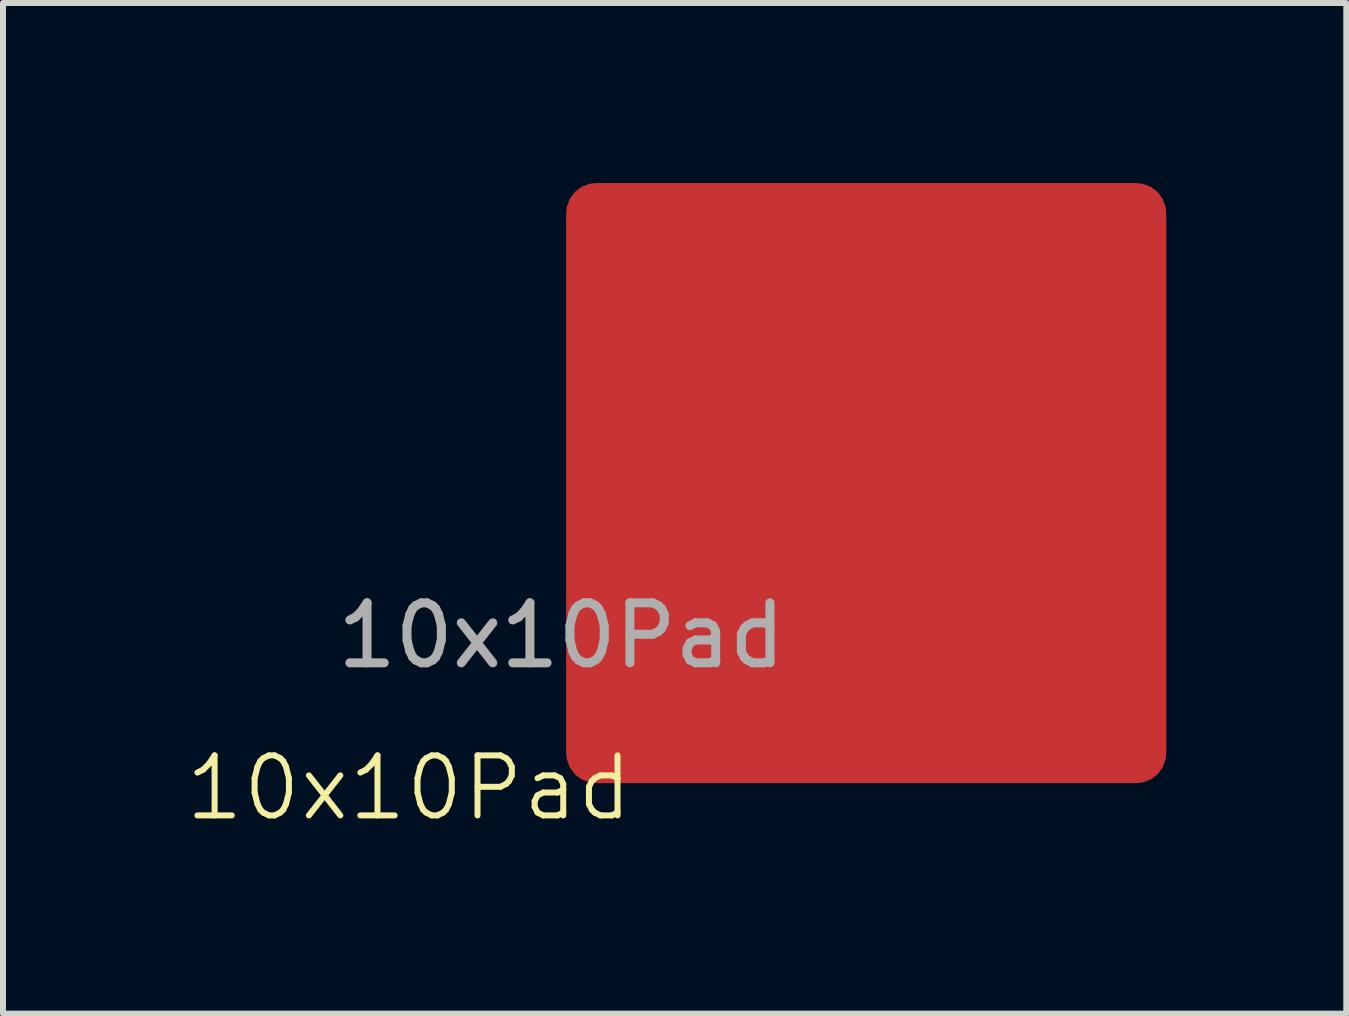
<source format=kicad_pcb>
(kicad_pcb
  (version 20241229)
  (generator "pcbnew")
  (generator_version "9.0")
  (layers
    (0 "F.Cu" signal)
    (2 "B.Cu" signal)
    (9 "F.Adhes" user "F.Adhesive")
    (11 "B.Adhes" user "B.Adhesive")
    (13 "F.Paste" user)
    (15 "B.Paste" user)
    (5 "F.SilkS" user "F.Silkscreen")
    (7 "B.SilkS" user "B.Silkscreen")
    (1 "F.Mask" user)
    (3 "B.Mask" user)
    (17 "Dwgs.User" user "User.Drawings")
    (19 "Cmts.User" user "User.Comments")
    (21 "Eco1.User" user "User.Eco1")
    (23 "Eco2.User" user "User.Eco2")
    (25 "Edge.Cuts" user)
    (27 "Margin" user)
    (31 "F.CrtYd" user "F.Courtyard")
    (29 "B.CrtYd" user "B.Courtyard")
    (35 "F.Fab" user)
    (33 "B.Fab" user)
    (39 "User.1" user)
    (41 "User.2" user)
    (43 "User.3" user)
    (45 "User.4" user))
  (footprint "10x10Pad"
    (layer "F.Cu")
    (at 11.384 5)
    (property "Reference" "10x10Pad" (at -7.62 5.08 0) (unlocked yes) (layer "F.SilkS") (effects (font (size 1 1) (thickness 0.1))))
    (attr smd)
    (fp_text user "${REFERENCE}" (at -5.08 2.54 0) (unlocked yes) (layer "F.Fab") (effects (font (size 1 1) (thickness 0.15))))
    (pad "1" smd roundrect (at 0 0) (size 10 10) (layers "F.Cu" "F.Mask" "F.Paste") (roundrect_rratio 0.05)))
  (gr_rect
    (start -3 -3)
    (end 19.384 13.841)
    (stroke (width 0.1) (type default))
    (fill no)
    (layer "Edge.Cuts")))
</source>
